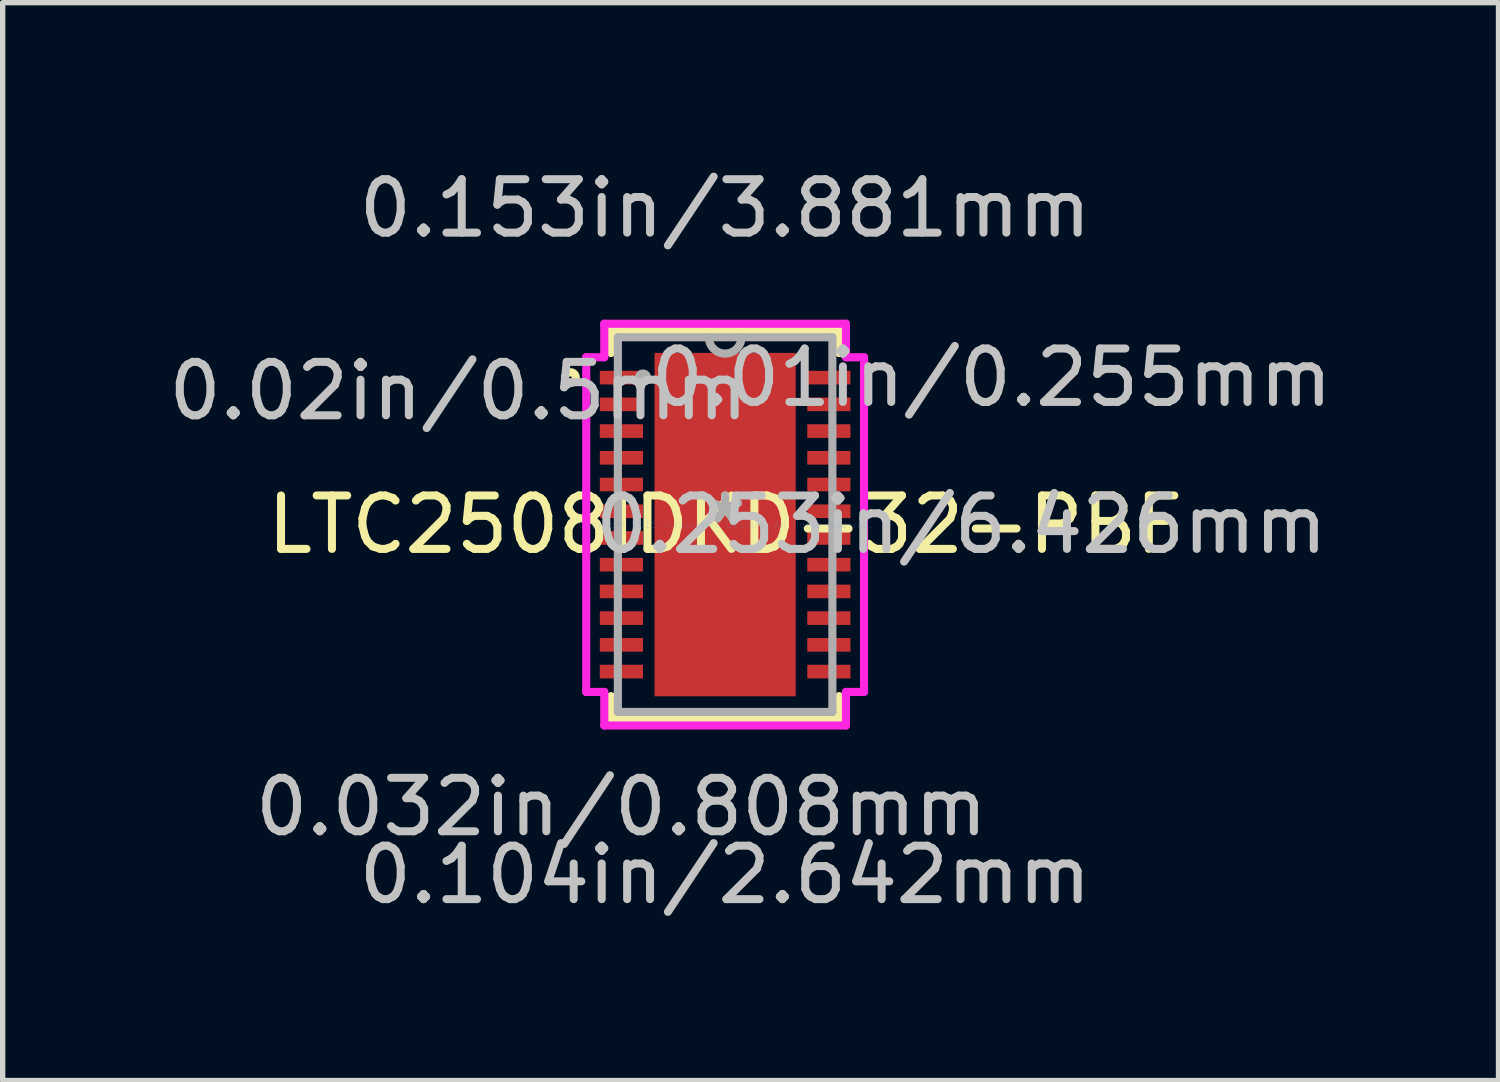
<source format=kicad_pcb>
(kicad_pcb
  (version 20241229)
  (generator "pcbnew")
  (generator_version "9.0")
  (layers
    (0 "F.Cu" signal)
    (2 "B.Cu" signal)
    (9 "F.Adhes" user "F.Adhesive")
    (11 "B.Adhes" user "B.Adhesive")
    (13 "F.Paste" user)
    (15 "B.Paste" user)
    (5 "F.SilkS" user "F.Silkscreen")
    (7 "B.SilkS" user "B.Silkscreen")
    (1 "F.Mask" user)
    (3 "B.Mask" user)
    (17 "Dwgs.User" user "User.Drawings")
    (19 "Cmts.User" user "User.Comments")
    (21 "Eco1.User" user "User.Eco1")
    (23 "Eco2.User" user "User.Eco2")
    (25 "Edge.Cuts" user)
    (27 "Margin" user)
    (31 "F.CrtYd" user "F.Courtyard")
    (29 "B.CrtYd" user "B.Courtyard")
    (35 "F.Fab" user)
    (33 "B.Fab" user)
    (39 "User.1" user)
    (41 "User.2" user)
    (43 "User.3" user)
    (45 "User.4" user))
  (footprint "LTC2508IDKD-32-PBF"
    (layer "F.Cu")
    (at 10.518 6.766)
    (property "Reference" "LTC2508IDKD-32-PBF" (at 0 0 0) (layer "F.SilkS") (effects (font (size 1 1) (thickness 0.15))))
    (attr through_hole)
    (fp_line (start -2.134 -3.632) (end -2.134 -3.21) (stroke (width 0.152) (type solid)) (layer "F.SilkS"))
    (fp_line (start -2.134 3.21) (end -2.134 3.632) (stroke (width 0.152) (type solid)) (layer "F.SilkS"))
    (fp_line (start -2.134 3.632) (end 2.134 3.632) (stroke (width 0.152) (type solid)) (layer "F.SilkS"))
    (fp_line (start 2.134 -3.632) (end -2.134 -3.632) (stroke (width 0.152) (type solid)) (layer "F.SilkS"))
    (fp_line (start 2.134 -3.21) (end 2.134 -3.632) (stroke (width 0.152) (type solid)) (layer "F.SilkS"))
    (fp_line (start 2.134 3.632) (end 2.134 3.21) (stroke (width 0.152) (type solid)) (layer "F.SilkS"))
    (fp_circle (center -2.895 -2.75) (end -2.794 -2.75) (stroke (width 0.152) (type solid)) (fill no) (layer "F.SilkS"))
    (fp_line (start -1.221 -3.113) (end -1.221 -2.028) (stroke (width 0.152) (type solid)) (layer "F.Paste"))
    (fp_line (start -1.221 -2.028) (end -0.1 -2.028) (stroke (width 0.152) (type solid)) (layer "F.Paste"))
    (fp_line (start -1.221 -1.828) (end -1.221 -0.743) (stroke (width 0.152) (type solid)) (layer "F.Paste"))
    (fp_line (start -1.221 -0.743) (end -0.1 -0.743) (stroke (width 0.152) (type solid)) (layer "F.Paste"))
    (fp_line (start -1.221 -0.543) (end -1.221 0.543) (stroke (width 0.152) (type solid)) (layer "F.Paste"))
    (fp_line (start -1.221 0.543) (end -0.1 0.543) (stroke (width 0.152) (type solid)) (layer "F.Paste"))
    (fp_line (start -1.221 0.743) (end -1.221 1.828) (stroke (width 0.152) (type solid)) (layer "F.Paste"))
    (fp_line (start -1.221 1.828) (end -0.1 1.828) (stroke (width 0.152) (type solid)) (layer "F.Paste"))
    (fp_line (start -1.221 2.028) (end -1.221 3.113) (stroke (width 0.152) (type solid)) (layer "F.Paste"))
    (fp_line (start -1.221 3.113) (end -0.1 3.113) (stroke (width 0.152) (type solid)) (layer "F.Paste"))
    (fp_line (start -0.1 -3.113) (end -1.221 -3.113) (stroke (width 0.152) (type solid)) (layer "F.Paste"))
    (fp_line (start -0.1 -2.028) (end -0.1 -3.113) (stroke (width 0.152) (type solid)) (layer "F.Paste"))
    (fp_line (start -0.1 -1.828) (end -1.221 -1.828) (stroke (width 0.152) (type solid)) (layer "F.Paste"))
    (fp_line (start -0.1 -0.743) (end -0.1 -1.828) (stroke (width 0.152) (type solid)) (layer "F.Paste"))
    (fp_line (start -0.1 -0.543) (end -1.221 -0.543) (stroke (width 0.152) (type solid)) (layer "F.Paste"))
    (fp_line (start -0.1 0.543) (end -0.1 -0.543) (stroke (width 0.152) (type solid)) (layer "F.Paste"))
    (fp_line (start -0.1 0.743) (end -1.221 0.743) (stroke (width 0.152) (type solid)) (layer "F.Paste"))
    (fp_line (start -0.1 1.828) (end -0.1 0.743) (stroke (width 0.152) (type solid)) (layer "F.Paste"))
    (fp_line (start -0.1 2.028) (end -1.221 2.028) (stroke (width 0.152) (type solid)) (layer "F.Paste"))
    (fp_line (start -0.1 3.113) (end -0.1 2.028) (stroke (width 0.152) (type solid)) (layer "F.Paste"))
    (fp_line (start 0.1 -3.113) (end 0.1 -2.028) (stroke (width 0.152) (type solid)) (layer "F.Paste"))
    (fp_line (start 0.1 -2.028) (end 1.221 -2.028) (stroke (width 0.152) (type solid)) (layer "F.Paste"))
    (fp_line (start 0.1 -1.828) (end 0.1 -0.743) (stroke (width 0.152) (type solid)) (layer "F.Paste"))
    (fp_line (start 0.1 -0.743) (end 1.221 -0.743) (stroke (width 0.152) (type solid)) (layer "F.Paste"))
    (fp_line (start 0.1 -0.543) (end 0.1 0.543) (stroke (width 0.152) (type solid)) (layer "F.Paste"))
    (fp_line (start 0.1 0.543) (end 1.221 0.543) (stroke (width 0.152) (type solid)) (layer "F.Paste"))
    (fp_line (start 0.1 0.743) (end 0.1 1.828) (stroke (width 0.152) (type solid)) (layer "F.Paste"))
    (fp_line (start 0.1 1.828) (end 1.221 1.828) (stroke (width 0.152) (type solid)) (layer "F.Paste"))
    (fp_line (start 0.1 2.028) (end 0.1 3.113) (stroke (width 0.152) (type solid)) (layer "F.Paste"))
    (fp_line (start 0.1 3.113) (end 1.221 3.113) (stroke (width 0.152) (type solid)) (layer "F.Paste"))
    (fp_line (start 1.221 -3.113) (end 0.1 -3.113) (stroke (width 0.152) (type solid)) (layer "F.Paste"))
    (fp_line (start 1.221 -2.028) (end 1.221 -3.113) (stroke (width 0.152) (type solid)) (layer "F.Paste"))
    (fp_line (start 1.221 -1.828) (end 0.1 -1.828) (stroke (width 0.152) (type solid)) (layer "F.Paste"))
    (fp_line (start 1.221 -0.743) (end 1.221 -1.828) (stroke (width 0.152) (type solid)) (layer "F.Paste"))
    (fp_line (start 1.221 -0.543) (end 0.1 -0.543) (stroke (width 0.152) (type solid)) (layer "F.Paste"))
    (fp_line (start 1.221 0.543) (end 1.221 -0.543) (stroke (width 0.152) (type solid)) (layer "F.Paste"))
    (fp_line (start 1.221 0.743) (end 0.1 0.743) (stroke (width 0.152) (type solid)) (layer "F.Paste"))
    (fp_line (start 1.221 1.828) (end 1.221 0.743) (stroke (width 0.152) (type solid)) (layer "F.Paste"))
    (fp_line (start 1.221 2.028) (end 0.1 2.028) (stroke (width 0.152) (type solid)) (layer "F.Paste"))
    (fp_line (start 1.221 3.113) (end 1.221 2.028) (stroke (width 0.152) (type solid)) (layer "F.Paste"))
    (fp_line (start -2.599 -3.131) (end -2.261 -3.131) (stroke (width 0.152) (type solid)) (layer "F.CrtYd"))
    (fp_line (start -2.599 3.131) (end -2.599 -3.131) (stroke (width 0.152) (type solid)) (layer "F.CrtYd"))
    (fp_line (start -2.261 -3.759) (end 2.261 -3.759) (stroke (width 0.152) (type solid)) (layer "F.CrtYd"))
    (fp_line (start -2.261 -3.131) (end -2.261 -3.759) (stroke (width 0.152) (type solid)) (layer "F.CrtYd"))
    (fp_line (start -2.261 3.131) (end -2.599 3.131) (stroke (width 0.152) (type solid)) (layer "F.CrtYd"))
    (fp_line (start -2.261 3.759) (end -2.261 3.131) (stroke (width 0.152) (type solid)) (layer "F.CrtYd"))
    (fp_line (start 2.261 -3.759) (end 2.261 -3.131) (stroke (width 0.152) (type solid)) (layer "F.CrtYd"))
    (fp_line (start 2.261 -3.131) (end 2.599 -3.131) (stroke (width 0.152) (type solid)) (layer "F.CrtYd"))
    (fp_line (start 2.261 3.131) (end 2.261 3.759) (stroke (width 0.152) (type solid)) (layer "F.CrtYd"))
    (fp_line (start 2.261 3.759) (end -2.261 3.759) (stroke (width 0.152) (type solid)) (layer "F.CrtYd"))
    (fp_line (start 2.599 -3.131) (end 2.599 3.131) (stroke (width 0.152) (type solid)) (layer "F.CrtYd"))
    (fp_line (start 2.599 3.131) (end 2.261 3.131) (stroke (width 0.152) (type solid)) (layer "F.CrtYd"))
    (fp_line (start -2.007 -3.505) (end -2.007 3.505) (stroke (width 0.152) (type solid)) (layer "F.Fab"))
    (fp_line (start -2.007 3.505) (end 2.007 3.505) (stroke (width 0.152) (type solid)) (layer "F.Fab"))
    (fp_line (start 2.007 -3.505) (end -2.007 -3.505) (stroke (width 0.152) (type solid)) (layer "F.Fab"))
    (fp_line (start 2.007 3.505) (end 2.007 -3.505) (stroke (width 0.152) (type solid)) (layer "F.Fab"))
    (fp_arc (start 0.3048 -3.5052) (mid 0 -3.2004) (end -0.3048 -3.5052) (stroke (width 0.1524) (type solid)) (layer "F.Fab"))
    (fp_circle (center -1.537 -2.75) (end -1.46 -2.75) (stroke (width 0.152) (type solid)) (fill no) (layer "F.Fab"))
    (fp_text user "*" (at 0 0 0) (layer "F.SilkS") (effects (font (size 1 1) (thickness 0.15))))
    (fp_text user "0.01in/0.255mm" (at 4.989 -2.75 0) (layer "Dwgs.User") (effects (font (size 1 1) (thickness 0.15))))
    (fp_text user "0.02in/0.5mm" (at -4.989 -2.5 0) (layer "Dwgs.User") (effects (font (size 1 1) (thickness 0.15))))
    (fp_text user "0.153in/3.881mm" (at 0 -5.918 0) (layer "Dwgs.User") (effects (font (size 1 1) (thickness 0.15))))
    (fp_text user "0.104in/2.642mm" (at 0 6.553 0) (layer "Dwgs.User") (effects (font (size 1 1) (thickness 0.15))))
    (fp_text user "0.253in/6.426mm" (at 4.42 0 0) (layer "Dwgs.User") (effects (font (size 1 1) (thickness 0.15))))
    (fp_text user "0.032in/0.808mm" (at -1.941 5.283 0) (layer "Dwgs.User") (effects (font (size 1 1) (thickness 0.15))))
    (fp_text user "Copyright 2016 Accelerated Designs. All rights reserved." (at 0 0 0) (layer "Cmts.User") (effects (font (size 0.127 0.127) (thickness 0.002))))
    (fp_text user "*" (at 0 0 0) (layer "F.Fab") (effects (font (size 1 1) (thickness 0.15))))
    (pad "1" smd rect (at -1.941 -2.75) (size 0.808 0.255) (layers "F.Cu" "F.Mask" "F.Paste"))
    (pad "2" smd rect (at -1.941 -2.25) (size 0.808 0.255) (layers "F.Cu" "F.Mask" "F.Paste"))
    (pad "3" smd rect (at -1.941 -1.75) (size 0.808 0.255) (layers "F.Cu" "F.Mask" "F.Paste"))
    (pad "4" smd rect (at -1.941 -1.25) (size 0.808 0.255) (layers "F.Cu" "F.Mask" "F.Paste"))
    (pad "5" smd rect (at -1.941 -0.75) (size 0.808 0.255) (layers "F.Cu" "F.Mask" "F.Paste"))
    (pad "6" smd rect (at -1.941 -0.25) (size 0.808 0.255) (layers "F.Cu" "F.Mask" "F.Paste"))
    (pad "7" smd rect (at -1.941 0.25) (size 0.808 0.255) (layers "F.Cu" "F.Mask" "F.Paste"))
    (pad "8" smd rect (at -1.941 0.75) (size 0.808 0.255) (layers "F.Cu" "F.Mask" "F.Paste"))
    (pad "9" smd rect (at -1.941 1.25) (size 0.808 0.255) (layers "F.Cu" "F.Mask" "F.Paste"))
    (pad "10" smd rect (at -1.941 1.75) (size 0.808 0.255) (layers "F.Cu" "F.Mask" "F.Paste"))
    (pad "11" smd rect (at -1.941 2.25) (size 0.808 0.255) (layers "F.Cu" "F.Mask" "F.Paste"))
    (pad "12" smd rect (at -1.941 2.75) (size 0.808 0.255) (layers "F.Cu" "F.Mask" "F.Paste"))
    (pad "13" smd rect (at 1.941 2.75) (size 0.808 0.255) (layers "F.Cu" "F.Mask" "F.Paste"))
    (pad "14" smd rect (at 1.941 2.25) (size 0.808 0.255) (layers "F.Cu" "F.Mask" "F.Paste"))
    (pad "15" smd rect (at 1.941 1.75) (size 0.808 0.255) (layers "F.Cu" "F.Mask" "F.Paste"))
    (pad "16" smd rect (at 1.941 1.25) (size 0.808 0.255) (layers "F.Cu" "F.Mask" "F.Paste"))
    (pad "17" smd rect (at 1.941 0.75) (size 0.808 0.255) (layers "F.Cu" "F.Mask" "F.Paste"))
    (pad "18" smd rect (at 1.941 0.25) (size 0.808 0.255) (layers "F.Cu" "F.Mask" "F.Paste"))
    (pad "19" smd rect (at 1.941 -0.25) (size 0.808 0.255) (layers "F.Cu" "F.Mask" "F.Paste"))
    (pad "20" smd rect (at 1.941 -0.75) (size 0.808 0.255) (layers "F.Cu" "F.Mask" "F.Paste"))
    (pad "21" smd rect (at 1.941 -1.25) (size 0.808 0.255) (layers "F.Cu" "F.Mask" "F.Paste"))
    (pad "22" smd rect (at 1.941 -1.75) (size 0.808 0.255) (layers "F.Cu" "F.Mask" "F.Paste"))
    (pad "23" smd rect (at 1.941 -2.25) (size 0.808 0.255) (layers "F.Cu" "F.Mask" "F.Paste"))
    (pad "24" smd rect (at 1.941 -2.75) (size 0.808 0.255) (layers "F.Cu" "F.Mask" "F.Paste"))
    (pad "25" smd rect (at 0 0) (size 2.642 6.426) (layers "F.Cu" "F.Mask" "F.Paste")))
  (gr_rect
    (start -3 -3)
    (end 24.989 17.168)
    (stroke (width 0.1) (type default))
    (fill no)
    (layer "Edge.Cuts")))
</source>
